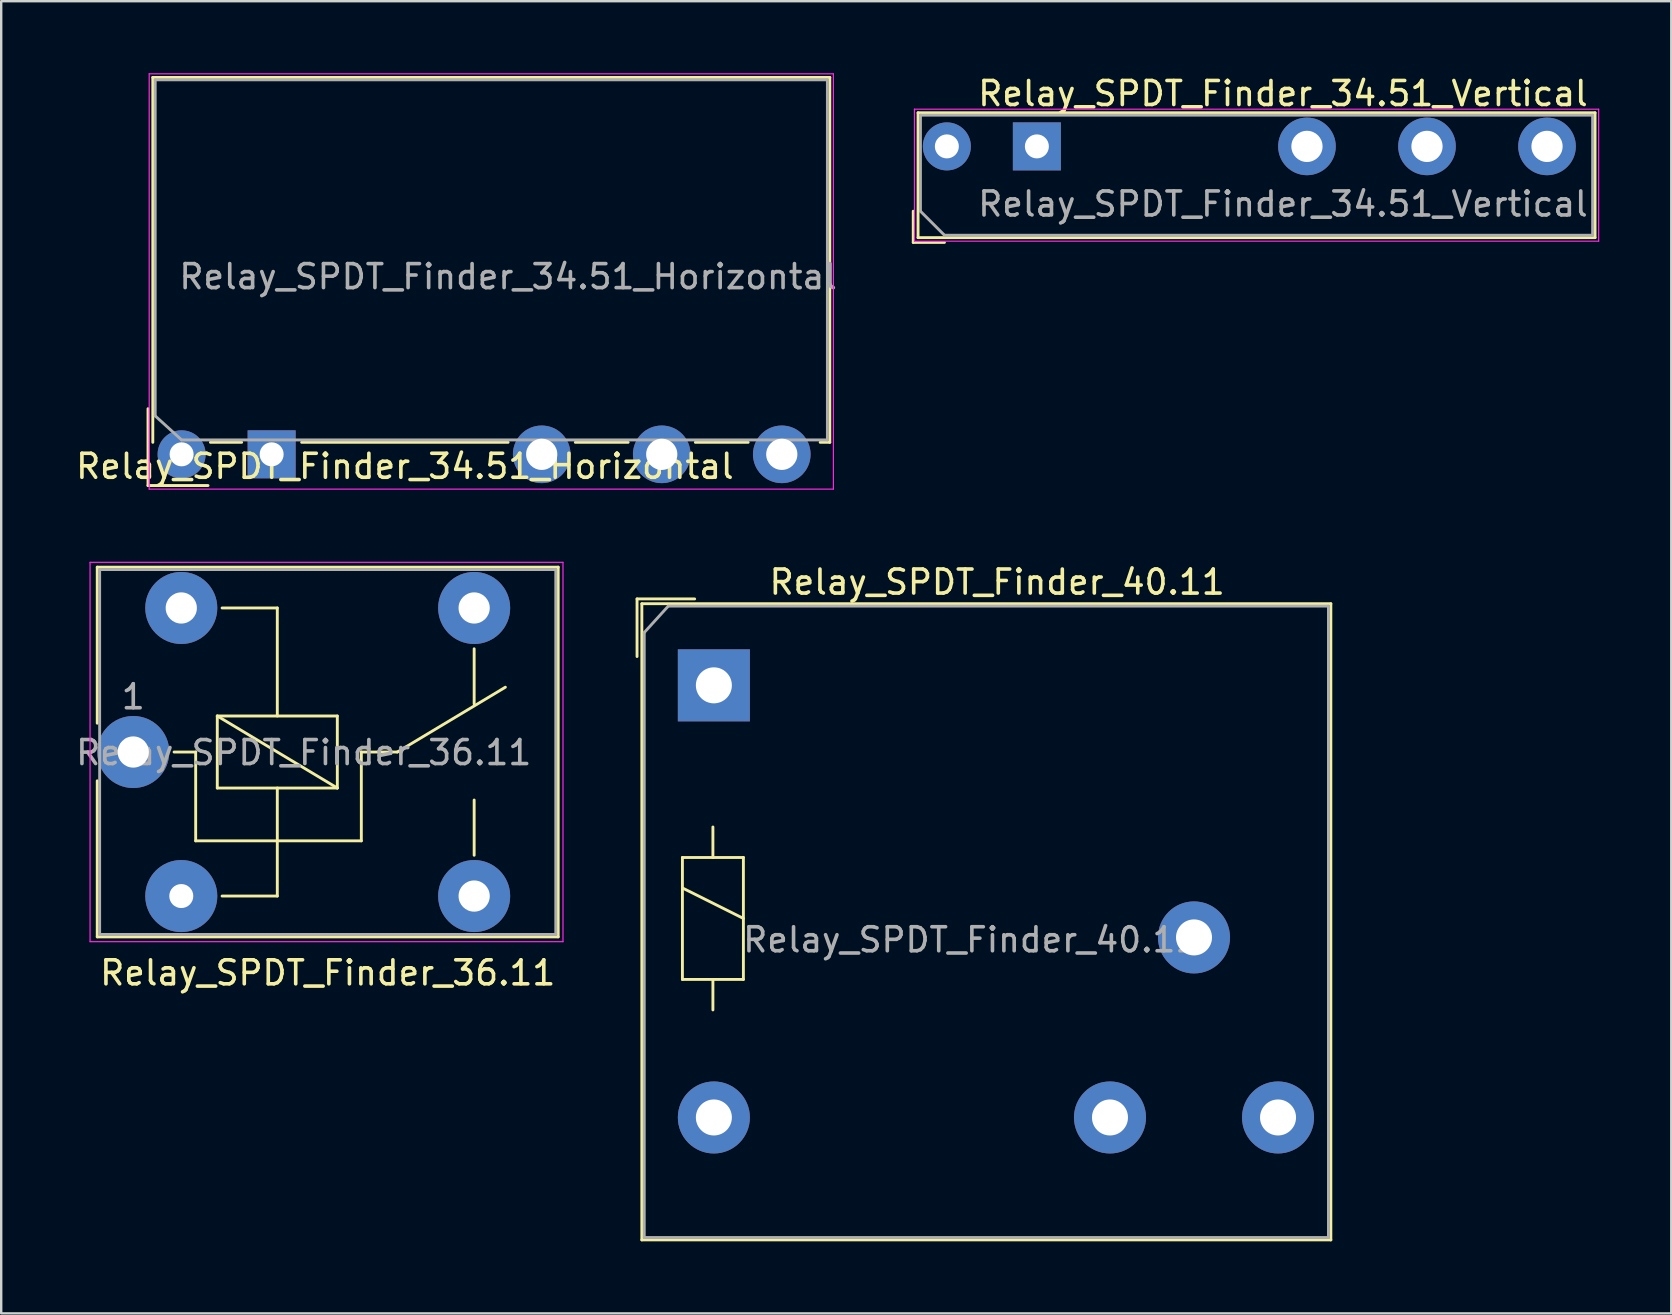
<source format=kicad_pcb>
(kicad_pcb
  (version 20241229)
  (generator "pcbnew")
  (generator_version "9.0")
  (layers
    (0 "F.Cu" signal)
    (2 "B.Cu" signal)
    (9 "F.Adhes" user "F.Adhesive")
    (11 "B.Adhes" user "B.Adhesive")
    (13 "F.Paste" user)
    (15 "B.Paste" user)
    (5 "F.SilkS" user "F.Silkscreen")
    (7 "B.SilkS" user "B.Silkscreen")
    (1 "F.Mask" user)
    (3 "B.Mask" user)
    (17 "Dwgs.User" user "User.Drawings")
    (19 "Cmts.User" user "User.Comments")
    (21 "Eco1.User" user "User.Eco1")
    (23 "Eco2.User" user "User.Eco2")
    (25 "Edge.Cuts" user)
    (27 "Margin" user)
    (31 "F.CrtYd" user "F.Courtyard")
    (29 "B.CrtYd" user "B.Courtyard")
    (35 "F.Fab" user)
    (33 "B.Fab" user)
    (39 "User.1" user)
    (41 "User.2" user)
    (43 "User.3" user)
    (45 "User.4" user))
  (footprint "Relay_SPDT_Finder_36.11"
    (layer "F.Cu")
    (at 2.501 28.275)
    (property "Reference" "Relay_SPDT_Finder_36.11" (at 8.1 9.2 0) (layer "F.SilkS") (effects (font (size 1 1) (thickness 0.15))))
    (attr through_hole)
    (fp_line (start -1.5 -7.7) (end -1.5 -1.2) (stroke (width 0.12) (type solid)) (layer "F.SilkS"))
    (fp_line (start -1.5 -7.7) (end 17.7 -7.7) (stroke (width 0.12) (type solid)) (layer "F.SilkS"))
    (fp_line (start -1.5 1.2) (end -1.5 7.7) (stroke (width 0.12) (type solid)) (layer "F.SilkS"))
    (fp_line (start 2.6 0) (end 1.7 0) (stroke (width 0.12) (type solid)) (layer "F.SilkS"))
    (fp_line (start 2.6 0) (end 2.6 3.7) (stroke (width 0.12) (type solid)) (layer "F.SilkS"))
    (fp_line (start 3.5 -1.5) (end 8.5 -1.5) (stroke (width 0.12) (type solid)) (layer "F.SilkS"))
    (fp_line (start 3.5 1.5) (end 3.5 -1.5) (stroke (width 0.12) (type solid)) (layer "F.SilkS"))
    (fp_line (start 3.7 6) (end 6 6) (stroke (width 0.12) (type solid)) (layer "F.SilkS"))
    (fp_line (start 6 -6) (end 3.7 -6) (stroke (width 0.12) (type solid)) (layer "F.SilkS"))
    (fp_line (start 6 -6) (end 6 -1.5) (stroke (width 0.12) (type solid)) (layer "F.SilkS"))
    (fp_line (start 6 1.5) (end 6 6) (stroke (width 0.12) (type solid)) (layer "F.SilkS"))
    (fp_line (start 8.5 -1.5) (end 8.5 1.5) (stroke (width 0.12) (type solid)) (layer "F.SilkS"))
    (fp_line (start 8.5 1.5) (end 3.5 -1.5) (stroke (width 0.12) (type solid)) (layer "F.SilkS"))
    (fp_line (start 8.5 1.5) (end 3.5 1.5) (stroke (width 0.12) (type solid)) (layer "F.SilkS"))
    (fp_line (start 9.5 0) (end 9.5 3.7) (stroke (width 0.12) (type solid)) (layer "F.SilkS"))
    (fp_line (start 9.5 0) (end 11 0) (stroke (width 0.12) (type solid)) (layer "F.SilkS"))
    (fp_line (start 9.5 3.7) (end 2.6 3.7) (stroke (width 0.12) (type solid)) (layer "F.SilkS"))
    (fp_line (start 11 0) (end 15.5 -2.7) (stroke (width 0.12) (type solid)) (layer "F.SilkS"))
    (fp_line (start 14.2 -4.3) (end 14.2 -2) (stroke (width 0.12) (type solid)) (layer "F.SilkS"))
    (fp_line (start 14.2 4.3) (end 14.2 2) (stroke (width 0.12) (type solid)) (layer "F.SilkS"))
    (fp_line (start 17.7 -7.7) (end 17.7 7.7) (stroke (width 0.12) (type solid)) (layer "F.SilkS"))
    (fp_line (start 17.7 7.7) (end -1.5 7.7) (stroke (width 0.12) (type solid)) (layer "F.SilkS"))
    (fp_line (start -1.8 7.9) (end -1.8 -7.9) (stroke (width 0.05) (type solid)) (layer "F.CrtYd"))
    (fp_line (start -1.8 7.9) (end 17.9 7.9) (stroke (width 0.05) (type solid)) (layer "F.CrtYd"))
    (fp_line (start 17.9 -7.9) (end -1.8 -7.9) (stroke (width 0.05) (type solid)) (layer "F.CrtYd"))
    (fp_line (start 17.9 -7.9) (end 17.9 7.9) (stroke (width 0.05) (type solid)) (layer "F.CrtYd"))
    (fp_line (start -1.4 -7.6) (end 17.6 -7.6) (stroke (width 0.12) (type solid)) (layer "F.Fab"))
    (fp_line (start -1.4 7.6) (end -1.4 -7.6) (stroke (width 0.12) (type solid)) (layer "F.Fab"))
    (fp_line (start 17.6 -7.6) (end 17.6 7.6) (stroke (width 0.12) (type solid)) (layer "F.Fab"))
    (fp_line (start 17.6 7.6) (end -1.4 7.6) (stroke (width 0.12) (type solid)) (layer "F.Fab"))
    (fp_text user "${REFERENCE}" (at 7.1 0.025 0) (layer "F.Fab") (effects (font (size 1 1) (thickness 0.15))))
    (fp_text user "1" (at 0 -2.3 0) (layer "F.Fab") (effects (font (size 1 1) (thickness 0.15))))
    (pad "11" thru_hole circle (at 0 0 90) (size 3 3) (drill 1.3) (layers "*.Cu" "*.Mask"))
    (pad "12" thru_hole circle (at 14.2 -6 90) (size 3 3) (drill 1.3) (layers "*.Cu" "*.Mask"))
    (pad "14" thru_hole circle (at 14.2 6 90) (size 3 3) (drill 1.3) (layers "*.Cu" "*.Mask"))
    (pad "A1" thru_hole circle (at 2 6 90) (size 3 3) (drill 1) (layers "*.Cu" "*.Mask"))
    (pad "A2" thru_hole circle (at 2 -6 90) (size 3 3) (drill 1.3) (layers "*.Cu" "*.Mask")))
  (footprint "Relay_SPDT_Finder_40.11"
    (layer "F.Cu")
    (at 26.686 25.498)
    (property "Reference" "Relay_SPDT_Finder_40.11" (at 11.8 -4.3 0) (layer "F.SilkS") (effects (font (size 1 1) (thickness 0.15))))
    (attr through_hole)
    (fp_line (start -3.2 -1.2) (end -3.2 -3.6) (stroke (width 0.12) (type solid)) (layer "F.SilkS"))
    (fp_line (start -3 -3.4) (end 25.7 -3.4) (stroke (width 0.12) (type solid)) (layer "F.SilkS"))
    (fp_line (start -3 23.1) (end -3 -3.4) (stroke (width 0.12) (type solid)) (layer "F.SilkS"))
    (fp_line (start -3 23.1) (end 25.7 23.1) (stroke (width 0.12) (type solid)) (layer "F.SilkS"))
    (fp_line (start -1.31 7.17) (end -0.04 7.17) (stroke (width 0.12) (type solid)) (layer "F.SilkS"))
    (fp_line (start -1.31 8.44) (end 1.23 9.71) (stroke (width 0.12) (type solid)) (layer "F.SilkS"))
    (fp_line (start -1.31 12.25) (end -1.31 7.17) (stroke (width 0.12) (type solid)) (layer "F.SilkS"))
    (fp_line (start -0.8 -3.6) (end -3.2 -3.6) (stroke (width 0.12) (type solid)) (layer "F.SilkS"))
    (fp_line (start -0.04 5.9) (end -0.04 7.17) (stroke (width 0.12) (type solid)) (layer "F.SilkS"))
    (fp_line (start -0.04 7.17) (end 1.23 7.17) (stroke (width 0.12) (type solid)) (layer "F.SilkS"))
    (fp_line (start -0.04 12.25) (end -0.04 13.52) (stroke (width 0.12) (type solid)) (layer "F.SilkS"))
    (fp_line (start 1.23 7.17) (end 1.23 12.25) (stroke (width 0.12) (type solid)) (layer "F.SilkS"))
    (fp_line (start 1.23 12.25) (end -1.31 12.25) (stroke (width 0.12) (type solid)) (layer "F.SilkS"))
    (fp_line (start 25.7 23.1) (end 25.7 -3.4) (stroke (width 0.12) (type solid)) (layer "F.SilkS"))
    (fp_line (start -2.9 -2.2) (end -2.9 23) (stroke (width 0.12) (type solid)) (layer "F.Fab"))
    (fp_line (start -2.9 23) (end 25.6 23) (stroke (width 0.12) (type solid)) (layer "F.Fab"))
    (fp_line (start -1.9 -3.3) (end -2.9 -2.2) (stroke (width 0.12) (type solid)) (layer "F.Fab"))
    (fp_line (start 25.6 -3.3) (end -1.9 -3.3) (stroke (width 0.12) (type solid)) (layer "F.Fab"))
    (fp_line (start 25.6 23) (end 25.6 -3.3) (stroke (width 0.12) (type solid)) (layer "F.Fab"))
    (fp_text user "${REFERENCE}" (at 10.7 10.6 0) (layer "F.Fab") (effects (font (size 1 1) (thickness 0.15))))
    (pad "11" thru_hole circle (at 20 10.5) (size 3 3) (drill 1.5) (layers "*.Cu" "*.Mask"))
    (pad "12" thru_hole circle (at 16.5 18) (size 3 3) (drill 1.5) (layers "*.Cu" "*.Mask"))
    (pad "14" thru_hole circle (at 23.5 18) (size 3 3) (drill 1.5) (layers "*.Cu" "*.Mask"))
    (pad "A1" thru_hole rect (at 0 0) (size 3 3) (drill 1.5) (layers "*.Cu" "*.Mask"))
    (pad "A2" thru_hole circle (at 0 18) (size 3 3) (drill 1.5) (layers "*.Cu" "*.Mask")))
  (footprint "Relay_SPDT_Finder_34.51_Vertical"
    (layer "F.Cu")
    (at 40.141 3.048)
    (property "Reference" "Relay_SPDT_Finder_34.51_Vertical" (at 10.25 -2.2 0) (layer "F.SilkS") (effects (font (size 1 1) (thickness 0.15))))
    (attr through_hole)
    (fp_line (start -5.15 4) (end -5.15 2.7) (stroke (width 0.12) (type solid)) (layer "F.SilkS"))
    (fp_line (start -4.95 -1.4) (end 23.25 -1.4) (stroke (width 0.12) (type solid)) (layer "F.SilkS"))
    (fp_line (start -4.95 3.8) (end -4.95 -1.4) (stroke (width 0.12) (type solid)) (layer "F.SilkS"))
    (fp_line (start -3.85 4) (end -5.15 4) (stroke (width 0.12) (type solid)) (layer "F.SilkS"))
    (fp_line (start 23.25 -1.4) (end 23.25 3.8) (stroke (width 0.12) (type solid)) (layer "F.SilkS"))
    (fp_line (start 23.25 3.8) (end -4.95 3.8) (stroke (width 0.12) (type solid)) (layer "F.SilkS"))
    (fp_line (start -5.1 -1.55) (end -5.1 3.95) (stroke (width 0.05) (type solid)) (layer "F.CrtYd"))
    (fp_line (start -5.1 -1.55) (end 23.4 -1.55) (stroke (width 0.05) (type solid)) (layer "F.CrtYd"))
    (fp_line (start 23.4 3.95) (end -5.1 3.95) (stroke (width 0.05) (type solid)) (layer "F.CrtYd"))
    (fp_line (start 23.4 3.95) (end 23.4 -1.55) (stroke (width 0.05) (type solid)) (layer "F.CrtYd"))
    (fp_line (start -4.85 -1.3) (end 23.15 -1.3) (stroke (width 0.12) (type solid)) (layer "F.Fab"))
    (fp_line (start -4.85 2.7) (end -4.85 -1.3) (stroke (width 0.12) (type solid)) (layer "F.Fab"))
    (fp_line (start -3.85 3.7) (end -4.85 2.7) (stroke (width 0.12) (type solid)) (layer "F.Fab"))
    (fp_line (start 23.15 -1.3) (end 23.15 3.7) (stroke (width 0.12) (type solid)) (layer "F.Fab"))
    (fp_line (start 23.15 3.7) (end -3.85 3.7) (stroke (width 0.12) (type solid)) (layer "F.Fab"))
    (fp_text user "${REFERENCE}" (at 10.25 2.4 0) (layer "F.Fab") (effects (font (size 1 1) (thickness 0.15))))
    (pad "11" thru_hole circle (at 16.25 0) (size 2.4 2.4) (drill 1.3) (layers "*.Cu" "*.Mask"))
    (pad "12" thru_hole circle (at 11.25 0) (size 2.4 2.4) (drill 1.3) (layers "*.Cu" "*.Mask"))
    (pad "14" thru_hole circle (at 21.25 0) (size 2.4 2.4) (drill 1.3) (layers "*.Cu" "*.Mask"))
    (pad "A1" thru_hole rect (at 0 0) (size 2 2) (drill 1) (layers "*.Cu" "*.Mask"))
    (pad "A2" thru_hole circle (at -3.75 0) (size 2 2) (drill 1) (layers "*.Cu" "*.Mask")))
  (footprint "Relay_SPDT_Finder_34.51_Horizontal"
    (layer "F.Cu")
    (at 8.265 15.875)
    (property "Reference" "Relay_SPDT_Finder_34.51_Horizontal" (at 5.55 0.5 0) (layer "F.SilkS") (effects (font (size 1 1) (thickness 0.15))))
    (attr through_hole)
    (fp_line (start -5.15 -1.9) (end -5.15 1.3) (stroke (width 0.12) (type solid)) (layer "F.SilkS"))
    (fp_line (start -5.15 1.3) (end -2.65 1.3) (stroke (width 0.12) (type solid)) (layer "F.SilkS"))
    (fp_line (start -4.95 -15.7) (end 23.25 -15.7) (stroke (width 0.12) (type solid)) (layer "F.SilkS"))
    (fp_line (start -4.95 -0.5) (end -4.95 -15.7) (stroke (width 0.12) (type solid)) (layer "F.SilkS"))
    (fp_line (start -1.25 -0.5) (end -2.55 -0.5) (stroke (width 0.12) (type solid)) (layer "F.SilkS"))
    (fp_line (start 9.85 -0.5) (end 1.25 -0.5) (stroke (width 0.12) (type solid)) (layer "F.SilkS"))
    (fp_line (start 14.85 -0.5) (end 12.65 -0.5) (stroke (width 0.12) (type solid)) (layer "F.SilkS"))
    (fp_line (start 19.85 -0.5) (end 17.65 -0.5) (stroke (width 0.12) (type solid)) (layer "F.SilkS"))
    (fp_line (start 23.25 -15.7) (end 23.25 -0.5) (stroke (width 0.12) (type solid)) (layer "F.SilkS"))
    (fp_line (start 23.25 -0.5) (end 22.85 -0.5) (stroke (width 0.12) (type solid)) (layer "F.SilkS"))
    (fp_line (start -5.1 -15.85) (end -5.1 1.45) (stroke (width 0.05) (type solid)) (layer "F.CrtYd"))
    (fp_line (start -5.1 -15.85) (end 23.4 -15.85) (stroke (width 0.05) (type solid)) (layer "F.CrtYd"))
    (fp_line (start 23.4 1.45) (end -5.1 1.45) (stroke (width 0.05) (type solid)) (layer "F.CrtYd"))
    (fp_line (start 23.4 1.45) (end 23.4 -15.85) (stroke (width 0.05) (type solid)) (layer "F.CrtYd"))
    (fp_line (start -4.85 -15.6) (end -4.85 -1.6) (stroke (width 0.12) (type solid)) (layer "F.Fab"))
    (fp_line (start -4.85 -1.6) (end -3.75 -0.6) (stroke (width 0.12) (type solid)) (layer "F.Fab"))
    (fp_line (start -3.75 -0.6) (end 23.15 -0.6) (stroke (width 0.12) (type solid)) (layer "F.Fab"))
    (fp_line (start 23.15 -15.6) (end -4.85 -15.6) (stroke (width 0.12) (type solid)) (layer "F.Fab"))
    (fp_line (start 23.15 -0.6) (end 23.15 -15.6) (stroke (width 0.12) (type solid)) (layer "F.Fab"))
    (fp_text user "${REFERENCE}" (at 9.85 -7.4 0) (layer "F.Fab") (effects (font (size 1 1) (thickness 0.15))))
    (pad "11" thru_hole circle (at 16.25 0) (size 2.4 2.4) (drill 1.3) (layers "*.Cu" "*.Mask"))
    (pad "12" thru_hole circle (at 11.25 0) (size 2.4 2.4) (drill 1.3) (layers "*.Cu" "*.Mask"))
    (pad "14" thru_hole circle (at 21.25 0) (size 2.4 2.4) (drill 1.3) (layers "*.Cu" "*.Mask"))
    (pad "A1" thru_hole rect (at 0 0) (size 2 2) (drill 1) (layers "*.Cu" "*.Mask"))
    (pad "A2" thru_hole circle (at -3.75 0) (size 2 2) (drill 1) (layers "*.Cu" "*.Mask")))
  (gr_rect
    (start -3 -3)
    (end 66.566 51.658)
    (stroke (width 0.1) (type default))
    (fill no)
    (layer "Edge.Cuts")))
</source>
